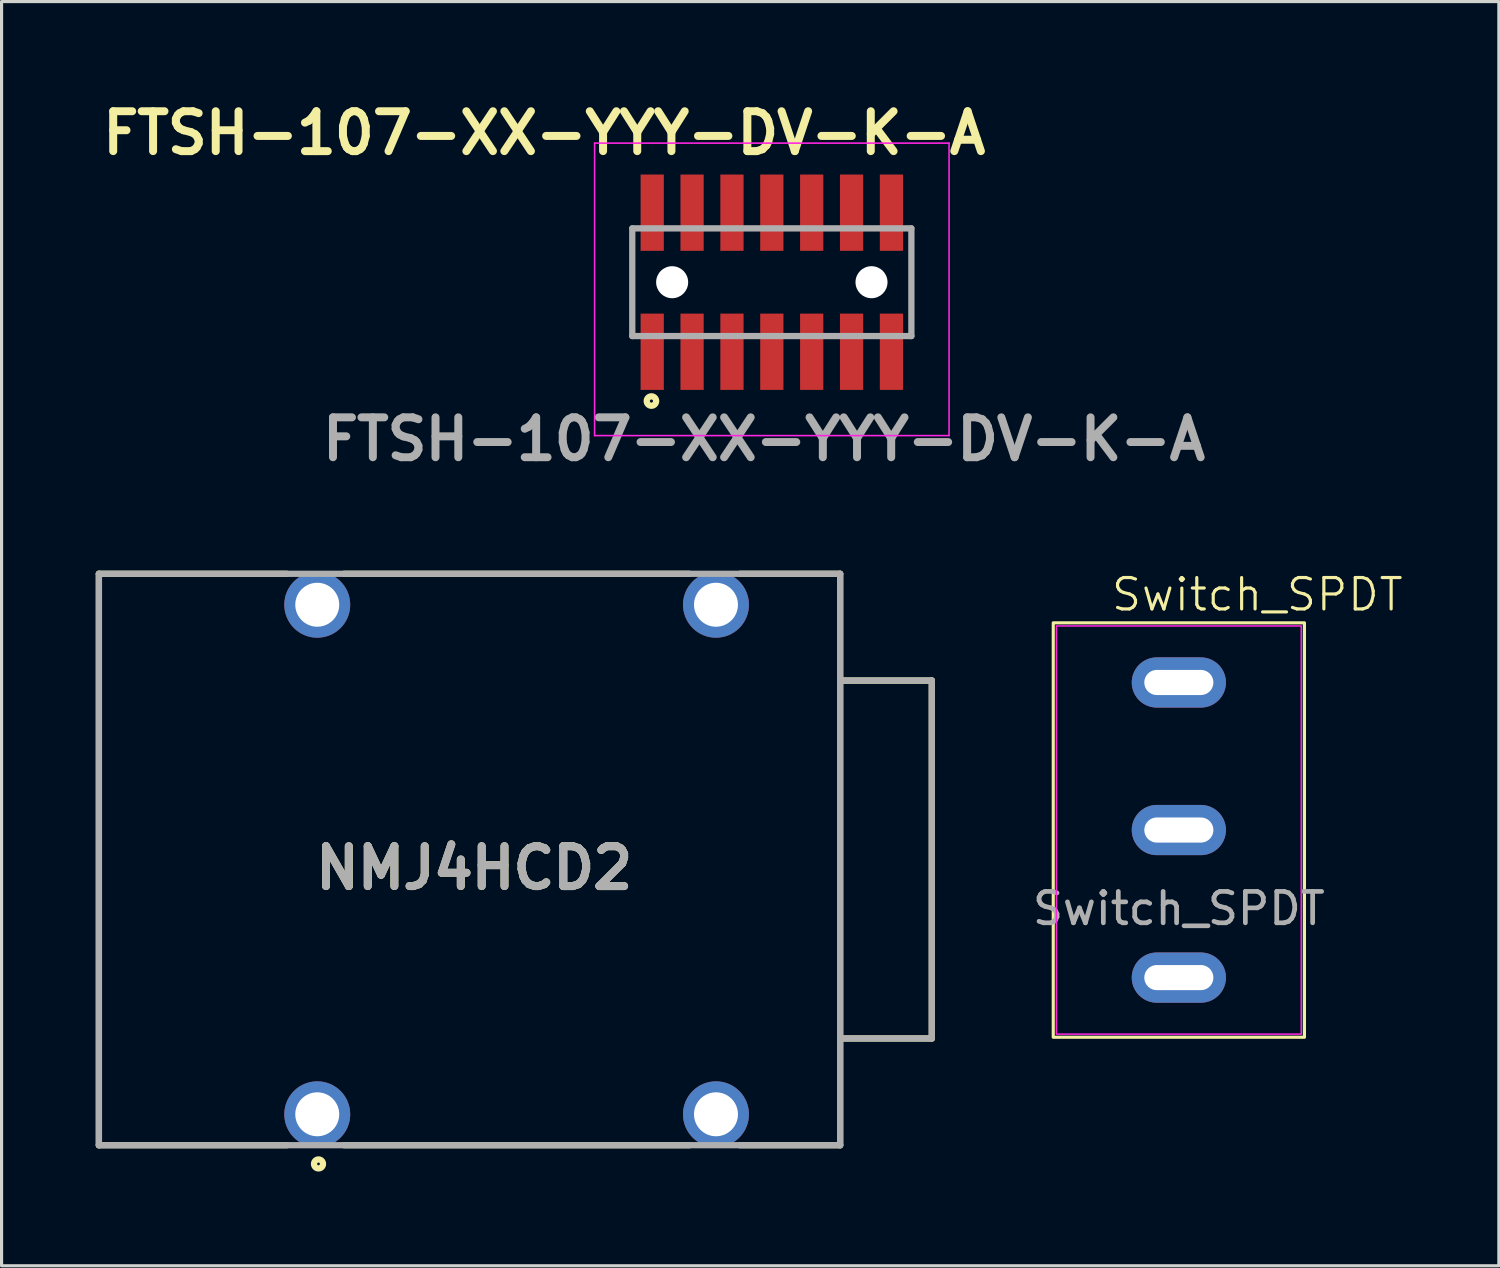
<source format=kicad_pcb>
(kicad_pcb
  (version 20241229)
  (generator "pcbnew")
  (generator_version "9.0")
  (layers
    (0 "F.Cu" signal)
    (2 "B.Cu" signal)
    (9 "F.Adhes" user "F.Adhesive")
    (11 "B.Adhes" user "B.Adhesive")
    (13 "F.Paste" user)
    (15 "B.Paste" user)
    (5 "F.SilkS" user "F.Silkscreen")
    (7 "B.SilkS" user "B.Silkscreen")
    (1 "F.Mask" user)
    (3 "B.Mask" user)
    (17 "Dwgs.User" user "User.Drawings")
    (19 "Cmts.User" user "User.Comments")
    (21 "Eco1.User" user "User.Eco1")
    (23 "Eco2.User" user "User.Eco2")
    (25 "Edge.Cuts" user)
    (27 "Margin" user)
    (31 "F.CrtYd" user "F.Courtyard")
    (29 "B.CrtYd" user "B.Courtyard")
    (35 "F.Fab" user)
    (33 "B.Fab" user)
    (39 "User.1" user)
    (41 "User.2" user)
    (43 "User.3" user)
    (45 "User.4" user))
  (footprint "NMJ4HCD2"
    (layer "F.Cu")
    (at 23.71 24.327)
    (property "Reference" "NMJ4HCD2" (at -11.659 0.271 0) (layer "F.SilkS") (effects (font (size 1.27 1.27) (thickness 0.254))))
    (attr through_hole)
    (fp_line (start -23.61 -9.1) (end -17.621 -9.1) (stroke (width 0.2) (type solid)) (layer "F.SilkS"))
    (fp_line (start -23.61 9.1) (end -23.61 -9.1) (stroke (width 0.2) (type solid)) (layer "F.SilkS"))
    (fp_line (start -23.61 9.1) (end -17.621 9.1) (stroke (width 0.2) (type solid)) (layer "F.SilkS"))
    (fp_line (start -15.8 -9.1) (end -4.8 -9.1) (stroke (width 0.2) (type solid)) (layer "F.SilkS"))
    (fp_line (start -15.8 9.1) (end -4.8 9.1) (stroke (width 0.2) (type solid)) (layer "F.SilkS"))
    (fp_line (start 0 -9.1) (end -3.192 -9.1) (stroke (width 0.2) (type solid)) (layer "F.SilkS"))
    (fp_line (start 0 -9.1) (end 0 9.1) (stroke (width 0.2) (type solid)) (layer "F.SilkS"))
    (fp_line (start 0 9.1) (end -3.192 9.1) (stroke (width 0.2) (type solid)) (layer "F.SilkS"))
    (fp_line (start 0.076 5.7) (end 2.92 5.7) (stroke (width 0.2) (type solid)) (layer "F.SilkS"))
    (fp_line (start 2.92 -5.7) (end 0.006 -5.7) (stroke (width 0.2) (type solid)) (layer "F.SilkS"))
    (fp_line (start 2.92 5.7) (end 2.92 -5.7) (stroke (width 0.2) (type solid)) (layer "F.SilkS"))
    (fp_circle (center -16.615 9.696) (end -16.615 9.839) (stroke (width 0.2) (type solid)) (fill no) (layer "F.SilkS"))
    (fp_line (start -23.61 -9.1) (end 0 -9.1) (stroke (width 0.2) (type solid)) (layer "F.Fab"))
    (fp_line (start -23.61 9.1) (end -23.61 -9.1) (stroke (width 0.2) (type solid)) (layer "F.Fab"))
    (fp_line (start 0 -9.1) (end 0 9.1) (stroke (width 0.2) (type solid)) (layer "F.Fab"))
    (fp_line (start 0 9.1) (end -23.61 9.1) (stroke (width 0.2) (type solid)) (layer "F.Fab"))
    (fp_line (start 0.006 -5.7) (end 2.92 -5.7) (stroke (width 0.2) (type solid)) (layer "F.Fab"))
    (fp_line (start 2.92 -5.7) (end 2.92 5.7) (stroke (width 0.2) (type solid)) (layer "F.Fab"))
    (fp_line (start 2.92 5.7) (end 0.076 5.7) (stroke (width 0.2) (type solid)) (layer "F.Fab"))
    (fp_text user "${REFERENCE}" (at -11.659 0.271 0) (layer "F.Fab") (effects (font (size 1.27 1.27) (thickness 0.254))))
    (pad "S" thru_hole circle (at -3.955 -8.115) (size 2.1 2.1) (drill 1.4) (layers "*.Cu" "*.Mask"))
    (pad "SN" thru_hole circle (at -3.955 8.115) (size 2.1 2.1) (drill 1.4) (layers "*.Cu" "*.Mask"))
    (pad "T" thru_hole circle (at -16.655 -8.115) (size 2.1 2.1) (drill 1.4) (layers "*.Cu" "*.Mask"))
    (pad "TN" thru_hole circle (at -16.655 8.115) (size 2.1 2.1) (drill 1.4) (layers "*.Cu" "*.Mask")))
  (footprint "FTSH-107-XX-YYY-DV-K-A"
    (layer "F.Cu")
    (at 21.534 5.939)
    (property "Reference" "FTSH-107-XX-YYY-DV-K-A" (at -7.25 -4.75 0) (layer "F.SilkS") (effects (font (size 1.27 1.27) (thickness 0.254))))
    (attr through_hole)
    (fp_line (start -4.445 1.715) (end -4.445 -1.715) (stroke (width 0.1) (type solid)) (layer "F.SilkS"))
    (fp_line (start 4.445 -1.715) (end 4.445 1.715) (stroke (width 0.1) (type solid)) (layer "F.SilkS"))
    (fp_circle (center -3.835 3.785) (end -3.835 3.835) (stroke (width 0.2) (type solid)) (fill no) (layer "F.SilkS"))
    (fp_line (start -5.645 -4.43) (end 5.645 -4.43) (stroke (width 0.05) (type solid)) (layer "F.CrtYd"))
    (fp_line (start -5.645 4.885) (end -5.645 -4.43) (stroke (width 0.05) (type solid)) (layer "F.CrtYd"))
    (fp_line (start 5.645 -4.43) (end 5.645 4.885) (stroke (width 0.05) (type solid)) (layer "F.CrtYd"))
    (fp_line (start 5.645 4.885) (end -5.645 4.885) (stroke (width 0.05) (type solid)) (layer "F.CrtYd"))
    (fp_line (start -4.445 -1.715) (end 4.445 -1.715) (stroke (width 0.2) (type solid)) (layer "F.Fab"))
    (fp_line (start -4.445 1.715) (end -4.445 -1.715) (stroke (width 0.2) (type solid)) (layer "F.Fab"))
    (fp_line (start 4.445 -1.715) (end 4.445 1.715) (stroke (width 0.2) (type solid)) (layer "F.Fab"))
    (fp_line (start 4.445 1.715) (end -4.445 1.715) (stroke (width 0.2) (type solid)) (layer "F.Fab"))
    (fp_text user "${REFERENCE}" (at -0.25 5 0) (layer "F.Fab") (effects (font (size 1.27 1.27) (thickness 0.254))))
    (pad "" np_thru_hole circle (at -3.175 0) (size 1.02 1.02) (drill 1.02) (layers "*.Cu" "*.Mask"))
    (pad "" np_thru_hole circle (at 3.175 0) (size 1.02 1.02) (drill 1.02) (layers "*.Cu" "*.Mask"))
    (pad "1" smd rect (at -3.81 2.215) (size 0.74 2.43) (layers "F.Cu" "F.Mask" "F.Paste"))
    (pad "2" smd rect (at -3.81 -2.215) (size 0.74 2.43) (layers "F.Cu" "F.Mask" "F.Paste"))
    (pad "3" smd rect (at -2.54 2.215) (size 0.74 2.43) (layers "F.Cu" "F.Mask" "F.Paste"))
    (pad "4" smd rect (at -2.54 -2.215) (size 0.74 2.43) (layers "F.Cu" "F.Mask" "F.Paste"))
    (pad "5" smd rect (at -1.27 2.215) (size 0.74 2.43) (layers "F.Cu" "F.Mask" "F.Paste"))
    (pad "6" smd rect (at -1.27 -2.215) (size 0.74 2.43) (layers "F.Cu" "F.Mask" "F.Paste"))
    (pad "7" smd rect (at 0 2.215) (size 0.74 2.43) (layers "F.Cu" "F.Mask" "F.Paste"))
    (pad "8" smd rect (at 0 -2.215) (size 0.74 2.43) (layers "F.Cu" "F.Mask" "F.Paste"))
    (pad "9" smd rect (at 1.27 2.215) (size 0.74 2.43) (layers "F.Cu" "F.Mask" "F.Paste"))
    (pad "10" smd rect (at 1.27 -2.215) (size 0.74 2.43) (layers "F.Cu" "F.Mask" "F.Paste"))
    (pad "11" smd rect (at 2.54 2.215) (size 0.74 2.43) (layers "F.Cu" "F.Mask" "F.Paste"))
    (pad "12" smd rect (at 2.54 -2.215) (size 0.74 2.43) (layers "F.Cu" "F.Mask" "F.Paste"))
    (pad "13" smd rect (at 3.81 2.215) (size 0.74 2.43) (layers "F.Cu" "F.Mask" "F.Paste"))
    (pad "14" smd rect (at 3.81 -2.215) (size 0.74 2.43) (layers "F.Cu" "F.Mask" "F.Paste")))
  (footprint "Switch_SPDT"
    (layer "F.Cu")
    (at 34.498 23.388)
    (property "Reference" "Switch_SPDT" (at 2.5 -7.5 0) (unlocked yes) (layer "F.SilkS") (effects (font (size 1 1) (thickness 0.1))))
    (attr through_hole)
    (fp_rect (start -4 -6.6) (end 4 6.6) (stroke (width 0.1) (type default)) (fill no) (layer "F.SilkS"))
    (fp_rect (start -3.9 6.5) (end 3.9 -6.5) (stroke (width 0.05) (type default)) (fill no) (layer "F.CrtYd"))
    (fp_text user "${REFERENCE}" (at 0 2.5 0) (unlocked yes) (layer "F.Fab") (effects (font (size 1 1) (thickness 0.15))))
    (pad "1" thru_hole oval (at 0 0) (size 3 1.6) (drill oval 2.2 0.8) (layers "*.Cu" "*.Mask"))
    (pad "2" thru_hole oval (at 0 -4.7) (size 3 1.6) (drill oval 2.2 0.8) (layers "*.Cu" "*.Mask"))
    (pad "3" thru_hole oval (at 0 4.7) (size 3 1.6) (drill oval 2.2 0.8) (layers "*.Cu" "*.Mask")))
  (gr_rect
    (start -3 -3)
    (end 44.691 37.267)
    (stroke (width 0.1) (type default))
    (fill no)
    (layer "Edge.Cuts")))
</source>
